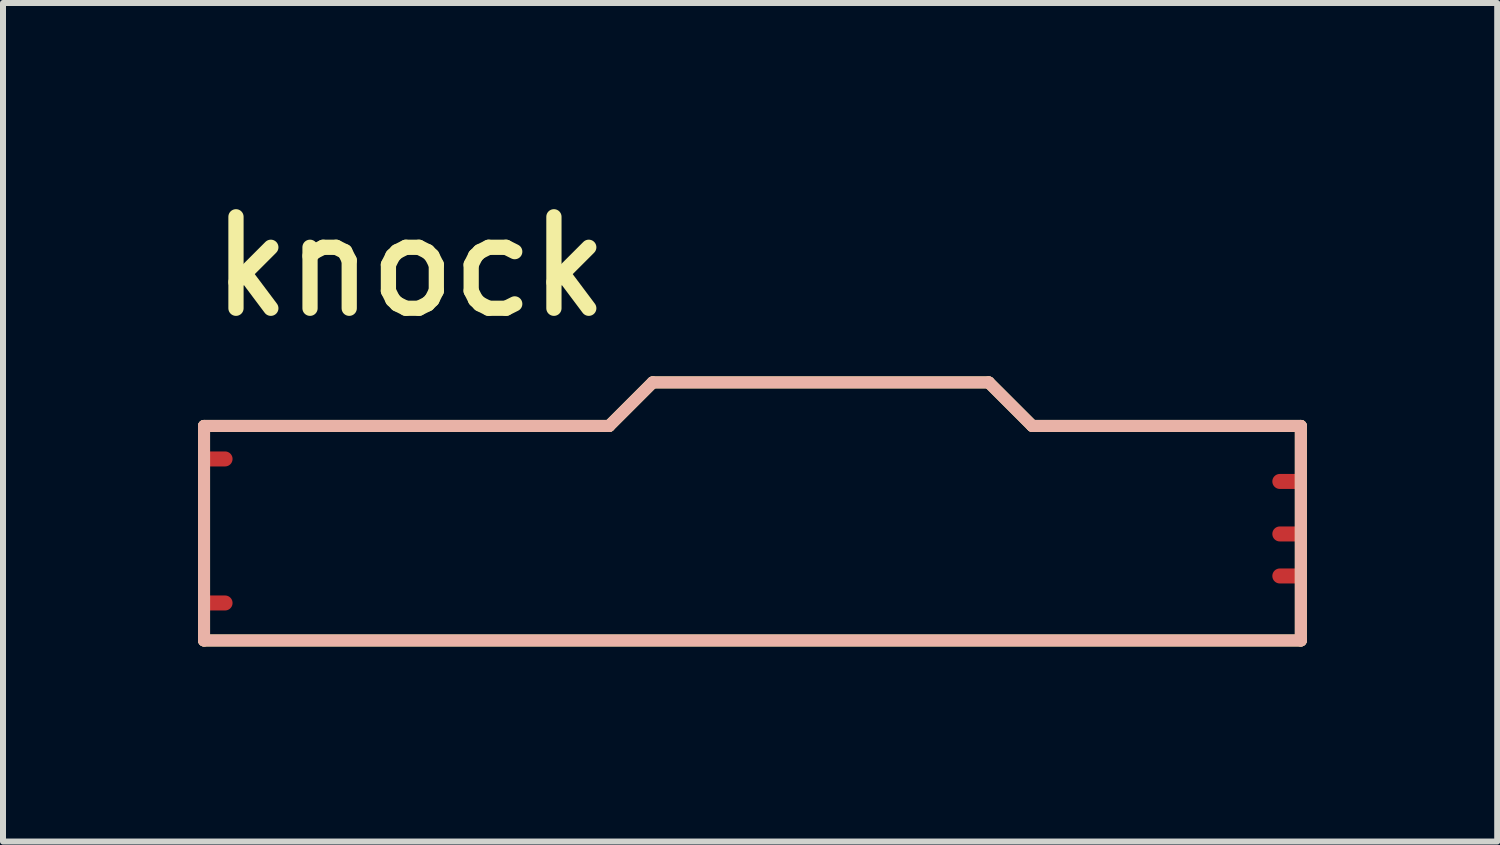
<source format=kicad_pcb>
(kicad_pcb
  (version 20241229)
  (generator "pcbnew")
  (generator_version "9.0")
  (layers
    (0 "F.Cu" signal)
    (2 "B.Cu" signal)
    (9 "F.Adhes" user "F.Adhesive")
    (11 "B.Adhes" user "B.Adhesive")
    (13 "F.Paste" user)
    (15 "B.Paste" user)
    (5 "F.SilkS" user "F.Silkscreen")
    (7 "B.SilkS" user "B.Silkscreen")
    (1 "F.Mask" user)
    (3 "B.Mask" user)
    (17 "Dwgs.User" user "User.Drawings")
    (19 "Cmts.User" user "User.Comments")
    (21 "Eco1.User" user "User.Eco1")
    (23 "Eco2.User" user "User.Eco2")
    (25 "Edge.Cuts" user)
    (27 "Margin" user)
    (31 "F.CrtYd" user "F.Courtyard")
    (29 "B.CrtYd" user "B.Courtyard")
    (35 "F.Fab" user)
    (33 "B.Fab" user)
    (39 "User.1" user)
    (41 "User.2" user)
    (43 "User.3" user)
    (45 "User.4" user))
  (footprint "knock"
    (layer "F.Cu")
    (at 0.25 7.722)
    (property "Reference" "knock" (at 0.102 -5.436 0) (unlocked yes) (layer "F.SilkS") (effects (font (size 1.524 1.524) (thickness 0.254)) (justify left bottom)))
    (attr through_hole)
    (fp_line (start 0.1 -3.675) (end 6.85 -3.675) (stroke (width 0.2) (type solid)) (layer "F.SilkS"))
    (fp_line (start 0.1 -0.1) (end 0.1 -3.675) (stroke (width 0.2) (type solid)) (layer "F.SilkS"))
    (fp_line (start 0.1 -0.1) (end 18.375 -0.1) (stroke (width 0.2) (type solid)) (layer "F.SilkS"))
    (fp_line (start 6.85 -3.675) (end 7.575 -4.4) (stroke (width 0.2) (type solid)) (layer "F.SilkS"))
    (fp_line (start 7.575 -4.4) (end 13.175 -4.4) (stroke (width 0.2) (type solid)) (layer "F.SilkS"))
    (fp_line (start 13.175 -4.4) (end 13.9 -3.675) (stroke (width 0.2) (type solid)) (layer "F.SilkS"))
    (fp_line (start 13.9 -3.675) (end 18.375 -3.675) (stroke (width 0.2) (type solid)) (layer "F.SilkS"))
    (fp_line (start 18.375 -0.1) (end 18.375 -3.675) (stroke (width 0.2) (type solid)) (layer "F.SilkS"))
    (fp_line (start 0.1 -3.675) (end 6.85 -3.675) (stroke (width 0.2) (type solid)) (layer "B.SilkS"))
    (fp_line (start 0.1 -0.1) (end 0.1 -3.675) (stroke (width 0.2) (type solid)) (layer "B.SilkS"))
    (fp_line (start 0.1 -0.1) (end 18.375 -0.1) (stroke (width 0.2) (type solid)) (layer "B.SilkS"))
    (fp_line (start 6.85 -3.675) (end 7.575 -4.4) (stroke (width 0.2) (type solid)) (layer "B.SilkS"))
    (fp_line (start 7.575 -4.4) (end 13.175 -4.4) (stroke (width 0.2) (type solid)) (layer "B.SilkS"))
    (fp_line (start 13.175 -4.4) (end 13.9 -3.675) (stroke (width 0.2) (type solid)) (layer "B.SilkS"))
    (fp_line (start 13.9 -3.675) (end 18.375 -3.675) (stroke (width 0.2) (type solid)) (layer "B.SilkS"))
    (fp_line (start 18.375 -0.1) (end 18.375 -3.675) (stroke (width 0.2) (type solid)) (layer "B.SilkS"))
    (pad "E1" smd oval (at 18.15 -2.75 180) (size 0.5 0.25) (layers "F.Cu" "F.Mask" "F.Paste"))
    (pad "E2" smd oval (at 18.15 -1.875 180) (size 0.5 0.25) (layers "F.Cu" "F.Mask" "F.Paste"))
    (pad "E3" smd oval (at 18.15 -1.175 180) (size 0.5 0.25) (layers "F.Cu" "F.Mask" "F.Paste"))
    (pad "W1" smd oval (at 0.325 -0.725) (size 0.5 0.25) (layers "F.Cu" "F.Mask" "F.Paste"))
    (pad "W2" smd oval (at 0.325 -3.125) (size 0.5 0.25) (layers "F.Cu" "F.Mask" "F.Paste"))
    (zone (net_name "") (layer "F.Cu") (hatch edge 0.2) (connect_pads) (min_thickness 0.254) (filled_areas_thickness no) (keepout (tracks allowed) (vias allowed) (pads allowed) (copperpour not_allowed) (footprints allowed)) (placement (enabled no)) (fill) (polygon (pts (xy 0.1 7.947) (xy 0.1 3.847) (xy 0.2 3.747) (xy 6.95 3.747) (xy 7.65 3.047) (xy 13.501 3.047) (xy 14.201 3.747) (xy 18.897 3.747) (xy 18.897 7.947)))))
  (gr_rect
    (start -3 -3)
    (end 21.897 10.972)
    (stroke (width 0.1) (type default))
    (fill no)
    (layer "Edge.Cuts")))
</source>
